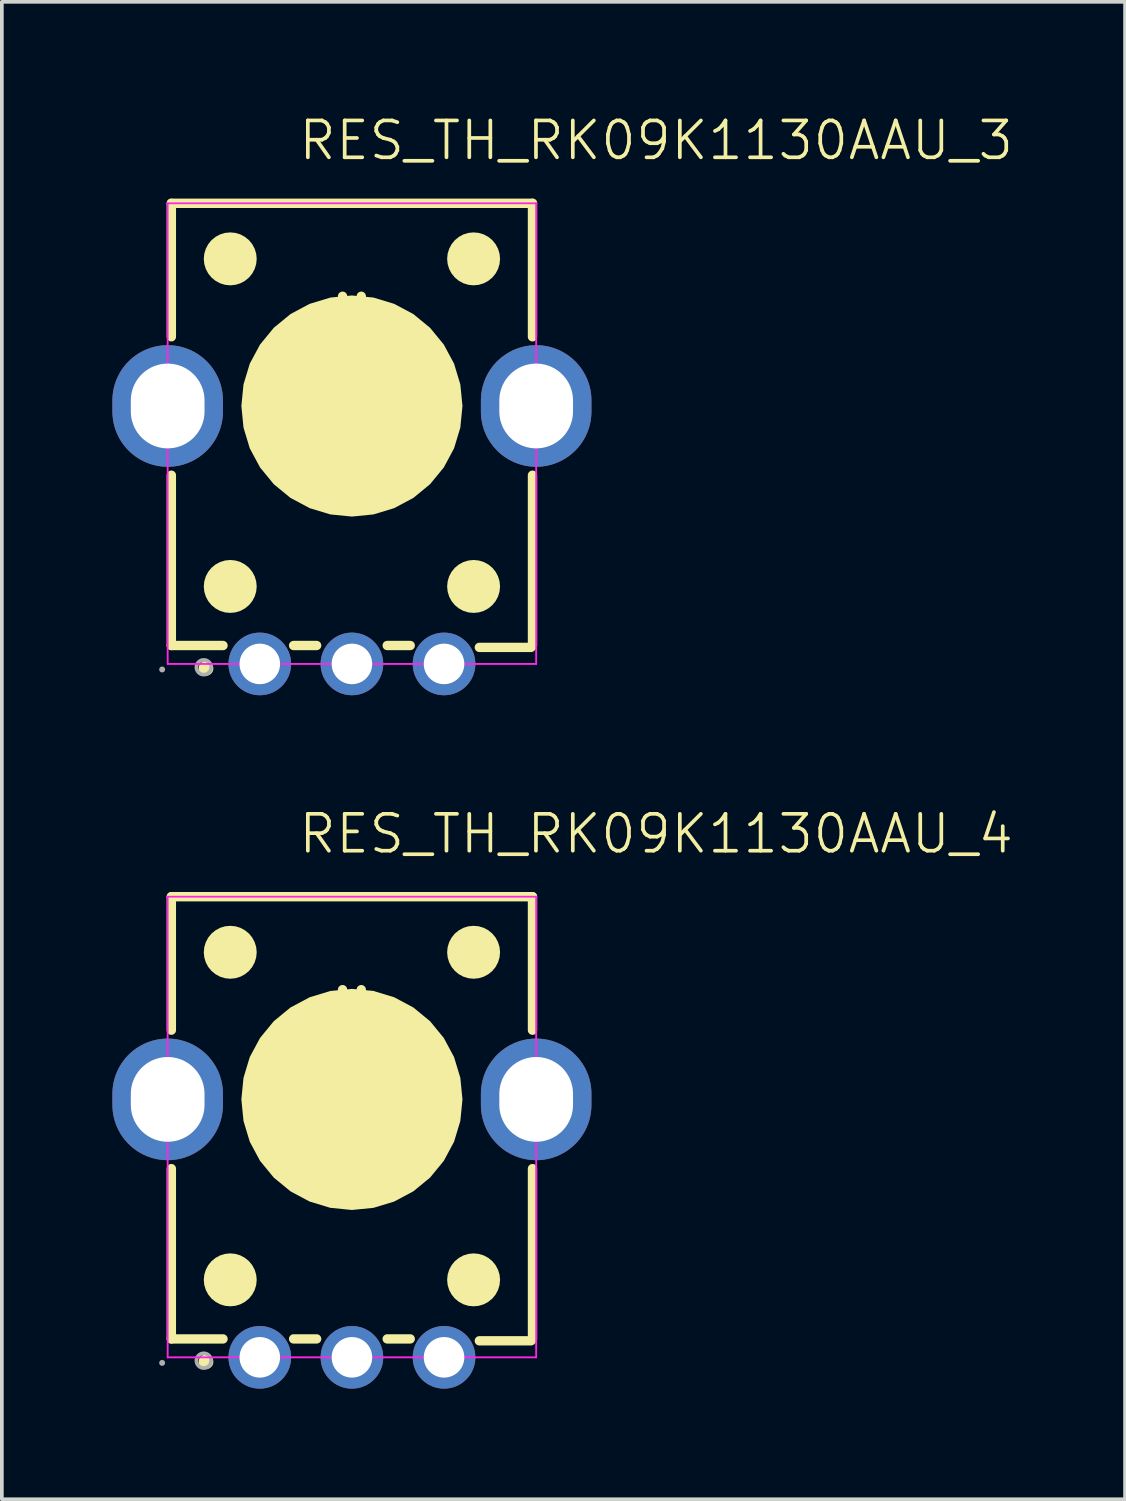
<source format=kicad_pcb>
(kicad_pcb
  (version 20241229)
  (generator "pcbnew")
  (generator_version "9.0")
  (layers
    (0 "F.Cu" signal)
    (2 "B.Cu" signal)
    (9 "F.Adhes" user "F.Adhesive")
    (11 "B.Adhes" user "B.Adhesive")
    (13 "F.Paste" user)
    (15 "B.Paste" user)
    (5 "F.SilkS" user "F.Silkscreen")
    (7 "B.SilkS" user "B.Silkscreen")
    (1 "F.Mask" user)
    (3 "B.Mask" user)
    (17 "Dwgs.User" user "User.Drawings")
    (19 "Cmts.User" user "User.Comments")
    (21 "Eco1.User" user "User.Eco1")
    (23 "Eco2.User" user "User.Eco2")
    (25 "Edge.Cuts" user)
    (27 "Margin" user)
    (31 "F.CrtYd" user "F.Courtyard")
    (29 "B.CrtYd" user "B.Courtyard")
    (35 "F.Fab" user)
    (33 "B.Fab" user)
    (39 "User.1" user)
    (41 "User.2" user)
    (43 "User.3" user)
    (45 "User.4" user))
  (footprint "RES_TH_RK09K1130AAU_3"
    (layer "F.Cu")
    (at 6.5 8.717)
    (property "Reference" "RES_TH_RK09K1130AAU_3" (at -1.5 -7.956 0) (layer "F.SilkS") (effects (font (size 1 1) (thickness 0.1)) (justify left)))
    (fp_line (start -4.9 -6.25) (end 4.9 -6.25) (stroke (width 0.254) (type solid)) (layer "F.SilkS"))
    (fp_line (start -4.9 -6.25) (end -4.9 -2.628) (stroke (width 0.254) (type solid)) (layer "F.SilkS"))
    (fp_line (start -4.9 1.129) (end -4.9 5.75) (stroke (width 0.254) (type solid)) (layer "F.SilkS"))
    (fp_line (start -4.9 5.75) (end -3.498 5.75) (stroke (width 0.254) (type solid)) (layer "F.SilkS"))
    (fp_line (start -1.582 5.75) (end -0.958 5.75) (stroke (width 0.254) (type solid)) (layer "F.SilkS"))
    (fp_line (start -0.254 -3.727) (end -0.254 -2.203) (stroke (width 0.254) (type solid)) (layer "F.SilkS"))
    (fp_line (start -0.254 -2.203) (end 0.254 -2.203) (stroke (width 0.254) (type solid)) (layer "F.SilkS"))
    (fp_line (start 0.254 -2.203) (end 0.254 -3.727) (stroke (width 0.254) (type solid)) (layer "F.SilkS"))
    (fp_line (start 0.958 5.75) (end 1.582 5.75) (stroke (width 0.254) (type solid)) (layer "F.SilkS"))
    (fp_line (start 4.86 5.801) (end 3.458 5.801) (stroke (width 0.254) (type solid)) (layer "F.SilkS"))
    (fp_line (start 4.9 -6.25) (end 4.9 -2.628) (stroke (width 0.254) (type solid)) (layer "F.SilkS"))
    (fp_line (start 4.9 1.129) (end 4.9 5.75) (stroke (width 0.254) (type solid)) (layer "F.SilkS"))
    (fp_poly (pts (xy -3.76 6.37) (xy -3.764 6.331) (xy -3.775 6.294) (xy -3.794 6.259) (xy -3.819 6.229) (xy -3.849 6.204) (xy -3.883 6.186) (xy -3.921 6.174) (xy -3.96 6.17) (xy -3.999 6.174) (xy -4.037 6.186) (xy -4.071 6.204) (xy -4.101 6.229) (xy -4.126 6.259) (xy -4.145 6.294) (xy -4.156 6.331) (xy -4.16 6.37) (xy -4.156 6.41) (xy -4.145 6.447) (xy -4.126 6.482) (xy -4.101 6.512) (xy -4.071 6.537) (xy -4.037 6.555) (xy -3.999 6.567) (xy -3.96 6.571) (xy -3.921 6.567) (xy -3.883 6.555) (xy -3.849 6.537) (xy -3.819 6.512) (xy -3.794 6.482) (xy -3.775 6.447) (xy -3.764 6.41)) (stroke (width 0) (type solid)) (fill yes) (layer "F.SilkS"))
    (fp_poly (pts (xy -2.584 -4.742) (xy -2.598 -4.883) (xy -2.639 -5.017) (xy -2.705 -5.141) (xy -2.794 -5.25) (xy -2.903 -5.339) (xy -3.027 -5.406) (xy -3.162 -5.447) (xy -3.302 -5.46) (xy -3.442 -5.447) (xy -3.577 -5.406) (xy -3.701 -5.339) (xy -3.81 -5.25) (xy -3.899 -5.141) (xy -3.965 -5.017) (xy -4.006 -4.883) (xy -4.02 -4.742) (xy -4.006 -4.602) (xy -3.965 -4.468) (xy -3.899 -4.344) (xy -3.81 -4.235) (xy -3.701 -4.146) (xy -3.577 -4.079) (xy -3.442 -4.038) (xy -3.302 -4.024) (xy -3.162 -4.038) (xy -3.027 -4.079) (xy -2.903 -4.146) (xy -2.794 -4.235) (xy -2.705 -4.344) (xy -2.639 -4.468) (xy -2.598 -4.602)) (stroke (width 0) (type solid)) (fill yes) (layer "F.SilkS"))
    (fp_poly (pts (xy -2.584 4.147) (xy -2.598 4.007) (xy -2.639 3.873) (xy -2.705 3.749) (xy -2.794 3.64) (xy -2.903 3.551) (xy -3.027 3.484) (xy -3.162 3.443) (xy -3.302 3.429) (xy -3.442 3.443) (xy -3.577 3.484) (xy -3.701 3.551) (xy -3.81 3.64) (xy -3.899 3.749) (xy -3.965 3.873) (xy -4.006 4.007) (xy -4.02 4.147) (xy -4.006 4.288) (xy -3.965 4.422) (xy -3.899 4.546) (xy -3.81 4.655) (xy -3.701 4.744) (xy -3.577 4.811) (xy -3.442 4.852) (xy -3.302 4.865) (xy -3.162 4.852) (xy -3.027 4.811) (xy -2.903 4.744) (xy -2.794 4.655) (xy -2.705 4.546) (xy -2.639 4.422) (xy -2.598 4.288)) (stroke (width 0) (type solid)) (fill yes) (layer "F.SilkS"))
    (fp_poly (pts (xy 3 -0.75) (xy 2.942 -1.335) (xy 2.772 -1.898) (xy 2.494 -2.416) (xy 2.121 -2.871) (xy 1.667 -3.244) (xy 1.148 -3.521) (xy 0.585 -3.692) (xy 0 -3.749) (xy -0.585 -3.692) (xy -1.148 -3.521) (xy -1.667 -3.244) (xy -2.121 -2.871) (xy -2.494 -2.416) (xy -2.772 -1.898) (xy -2.942 -1.335) (xy -3 -0.75) (xy -2.942 -0.164) (xy -2.772 0.399) (xy -2.494 0.917) (xy -2.121 1.372) (xy -1.667 1.745) (xy -1.148 2.022) (xy -0.585 2.193) (xy 0 2.251) (xy 0.585 2.193) (xy 1.148 2.022) (xy 1.667 1.745) (xy 2.121 1.372) (xy 2.494 0.917) (xy 2.772 0.399) (xy 2.942 -0.164)) (stroke (width 0) (type solid)) (fill yes) (layer "F.SilkS"))
    (fp_poly (pts (xy 4.02 -4.742) (xy 4.006 -4.883) (xy 3.965 -5.017) (xy 3.899 -5.141) (xy 3.81 -5.25) (xy 3.701 -5.339) (xy 3.577 -5.406) (xy 3.442 -5.447) (xy 3.302 -5.46) (xy 3.162 -5.447) (xy 3.027 -5.406) (xy 2.903 -5.339) (xy 2.794 -5.25) (xy 2.705 -5.141) (xy 2.639 -5.017) (xy 2.598 -4.883) (xy 2.584 -4.742) (xy 2.598 -4.602) (xy 2.639 -4.468) (xy 2.705 -4.344) (xy 2.794 -4.235) (xy 2.903 -4.146) (xy 3.027 -4.079) (xy 3.162 -4.038) (xy 3.302 -4.024) (xy 3.442 -4.038) (xy 3.577 -4.079) (xy 3.701 -4.146) (xy 3.81 -4.235) (xy 3.899 -4.344) (xy 3.965 -4.468) (xy 4.006 -4.602)) (stroke (width 0) (type solid)) (fill yes) (layer "F.SilkS"))
    (fp_poly (pts (xy 4.02 4.147) (xy 4.006 4.007) (xy 3.965 3.873) (xy 3.899 3.749) (xy 3.81 3.64) (xy 3.701 3.551) (xy 3.577 3.484) (xy 3.442 3.443) (xy 3.302 3.429) (xy 3.162 3.443) (xy 3.027 3.484) (xy 2.903 3.551) (xy 2.794 3.64) (xy 2.705 3.749) (xy 2.639 3.873) (xy 2.598 4.007) (xy 2.584 4.147) (xy 2.598 4.288) (xy 2.639 4.422) (xy 2.705 4.546) (xy 2.794 4.655) (xy 2.903 4.744) (xy 3.027 4.811) (xy 3.162 4.852) (xy 3.302 4.865) (xy 3.442 4.852) (xy 3.577 4.811) (xy 3.701 4.744) (xy 3.81 4.655) (xy 3.899 4.546) (xy 3.965 4.422) (xy 4.006 4.288)) (stroke (width 0) (type solid)) (fill yes) (layer "F.SilkS"))
    (fp_line (start -5 -6.25) (end -5 6.25) (stroke (width 0.05) (type solid)) (layer "F.CrtYd"))
    (fp_line (start -5 6.25) (end 5 6.25) (stroke (width 0.05) (type solid)) (layer "F.CrtYd"))
    (fp_line (start 5 -6.25) (end -5 -6.25) (stroke (width 0.05) (type solid)) (layer "F.CrtYd"))
    (fp_line (start 5 6.25) (end 5 -6.25) (stroke (width 0.05) (type solid)) (layer "F.CrtYd"))
    (fp_poly (pts (xy -5.12 6.401) (xy -5.121 6.395) (xy -5.122 6.389) (xy -5.125 6.384) (xy -5.129 6.379) (xy -5.133 6.376) (xy -5.139 6.373) (xy -5.144 6.371) (xy -5.15 6.37) (xy -5.156 6.371) (xy -5.161 6.373) (xy -5.167 6.376) (xy -5.171 6.379) (xy -5.175 6.384) (xy -5.178 6.389) (xy -5.179 6.395) (xy -5.18 6.401) (xy -5.179 6.406) (xy -5.178 6.412) (xy -5.175 6.417) (xy -5.171 6.422) (xy -5.167 6.425) (xy -5.161 6.428) (xy -5.156 6.43) (xy -5.15 6.431) (xy -5.144 6.43) (xy -5.139 6.428) (xy -5.133 6.425) (xy -5.129 6.422) (xy -5.125 6.417) (xy -5.122 6.412) (xy -5.121 6.406)) (stroke (width 0.1) (type solid)) (fill no) (layer "F.Fab"))
    (fp_poly (pts (xy -3.82 6.34) (xy -3.824 6.301) (xy -3.835 6.264) (xy -3.854 6.229) (xy -3.879 6.199) (xy -3.909 6.174) (xy -3.943 6.156) (xy -3.981 6.144) (xy -4.02 6.141) (xy -4.059 6.144) (xy -4.097 6.156) (xy -4.131 6.174) (xy -4.161 6.199) (xy -4.186 6.229) (xy -4.205 6.264) (xy -4.216 6.301) (xy -4.22 6.34) (xy -4.216 6.38) (xy -4.205 6.417) (xy -4.186 6.452) (xy -4.161 6.482) (xy -4.131 6.507) (xy -4.097 6.525) (xy -4.059 6.537) (xy -4.02 6.54) (xy -3.981 6.537) (xy -3.943 6.525) (xy -3.909 6.507) (xy -3.879 6.482) (xy -3.854 6.452) (xy -3.835 6.417) (xy -3.824 6.38)) (stroke (width 0.1) (type solid)) (fill no) (layer "F.Fab"))
    (pad "1" thru_hole circle (at -2.5 6.25) (size 1.7 1.7) (drill 1.1) (layers "*.Cu" "*.Mask"))
    (pad "2" thru_hole circle (at 0 6.25) (size 1.7 1.7) (drill 1.1) (layers "*.Cu" "*.Mask"))
    (pad "3" thru_hole circle (at 2.5 6.25) (size 1.7 1.7) (drill 1.1) (layers "*.Cu" "*.Mask"))
    (pad "4" thru_hole oval (at 5 -0.75) (size 3 3.3) (drill oval 2 2.3) (layers "*.Cu" "*.Mask"))
    (pad "5" thru_hole oval (at -5 -0.75) (size 3 3.3) (drill oval 2 2.3) (layers "*.Cu" "*.Mask")))
  (footprint "RES_TH_RK09K1130AAU_4"
    (layer "F.Cu")
    (at 6.5 27.534)
    (property "Reference" "RES_TH_RK09K1130AAU_4" (at -1.5 -7.956 0) (layer "F.SilkS") (effects (font (size 1 1) (thickness 0.1)) (justify left)))
    (fp_line (start -4.9 -6.25) (end 4.9 -6.25) (stroke (width 0.254) (type solid)) (layer "F.SilkS"))
    (fp_line (start -4.9 -6.25) (end -4.9 -2.628) (stroke (width 0.254) (type solid)) (layer "F.SilkS"))
    (fp_line (start -4.9 1.129) (end -4.9 5.75) (stroke (width 0.254) (type solid)) (layer "F.SilkS"))
    (fp_line (start -4.9 5.75) (end -3.498 5.75) (stroke (width 0.254) (type solid)) (layer "F.SilkS"))
    (fp_line (start -1.582 5.75) (end -0.958 5.75) (stroke (width 0.254) (type solid)) (layer "F.SilkS"))
    (fp_line (start -0.254 -3.727) (end -0.254 -2.203) (stroke (width 0.254) (type solid)) (layer "F.SilkS"))
    (fp_line (start -0.254 -2.203) (end 0.254 -2.203) (stroke (width 0.254) (type solid)) (layer "F.SilkS"))
    (fp_line (start 0.254 -2.203) (end 0.254 -3.727) (stroke (width 0.254) (type solid)) (layer "F.SilkS"))
    (fp_line (start 0.958 5.75) (end 1.582 5.75) (stroke (width 0.254) (type solid)) (layer "F.SilkS"))
    (fp_line (start 4.86 5.801) (end 3.458 5.801) (stroke (width 0.254) (type solid)) (layer "F.SilkS"))
    (fp_line (start 4.9 -6.25) (end 4.9 -2.628) (stroke (width 0.254) (type solid)) (layer "F.SilkS"))
    (fp_line (start 4.9 1.129) (end 4.9 5.75) (stroke (width 0.254) (type solid)) (layer "F.SilkS"))
    (fp_poly (pts (xy -3.76 6.37) (xy -3.764 6.331) (xy -3.775 6.294) (xy -3.794 6.259) (xy -3.819 6.229) (xy -3.849 6.204) (xy -3.883 6.186) (xy -3.921 6.174) (xy -3.96 6.17) (xy -3.999 6.174) (xy -4.037 6.186) (xy -4.071 6.204) (xy -4.101 6.229) (xy -4.126 6.259) (xy -4.145 6.294) (xy -4.156 6.331) (xy -4.16 6.37) (xy -4.156 6.41) (xy -4.145 6.447) (xy -4.126 6.482) (xy -4.101 6.512) (xy -4.071 6.537) (xy -4.037 6.555) (xy -3.999 6.567) (xy -3.96 6.571) (xy -3.921 6.567) (xy -3.883 6.555) (xy -3.849 6.537) (xy -3.819 6.512) (xy -3.794 6.482) (xy -3.775 6.447) (xy -3.764 6.41)) (stroke (width 0) (type solid)) (fill yes) (layer "F.SilkS"))
    (fp_poly (pts (xy -2.584 -4.742) (xy -2.598 -4.883) (xy -2.639 -5.017) (xy -2.705 -5.141) (xy -2.794 -5.25) (xy -2.903 -5.339) (xy -3.027 -5.406) (xy -3.162 -5.447) (xy -3.302 -5.46) (xy -3.442 -5.447) (xy -3.577 -5.406) (xy -3.701 -5.339) (xy -3.81 -5.25) (xy -3.899 -5.141) (xy -3.965 -5.017) (xy -4.006 -4.883) (xy -4.02 -4.742) (xy -4.006 -4.602) (xy -3.965 -4.468) (xy -3.899 -4.344) (xy -3.81 -4.235) (xy -3.701 -4.146) (xy -3.577 -4.079) (xy -3.442 -4.038) (xy -3.302 -4.024) (xy -3.162 -4.038) (xy -3.027 -4.079) (xy -2.903 -4.146) (xy -2.794 -4.235) (xy -2.705 -4.344) (xy -2.639 -4.468) (xy -2.598 -4.602)) (stroke (width 0) (type solid)) (fill yes) (layer "F.SilkS"))
    (fp_poly (pts (xy -2.584 4.147) (xy -2.598 4.007) (xy -2.639 3.873) (xy -2.705 3.749) (xy -2.794 3.64) (xy -2.903 3.551) (xy -3.027 3.484) (xy -3.162 3.443) (xy -3.302 3.429) (xy -3.442 3.443) (xy -3.577 3.484) (xy -3.701 3.551) (xy -3.81 3.64) (xy -3.899 3.749) (xy -3.965 3.873) (xy -4.006 4.007) (xy -4.02 4.147) (xy -4.006 4.288) (xy -3.965 4.422) (xy -3.899 4.546) (xy -3.81 4.655) (xy -3.701 4.744) (xy -3.577 4.811) (xy -3.442 4.852) (xy -3.302 4.865) (xy -3.162 4.852) (xy -3.027 4.811) (xy -2.903 4.744) (xy -2.794 4.655) (xy -2.705 4.546) (xy -2.639 4.422) (xy -2.598 4.288)) (stroke (width 0) (type solid)) (fill yes) (layer "F.SilkS"))
    (fp_poly (pts (xy 3 -0.75) (xy 2.942 -1.335) (xy 2.772 -1.898) (xy 2.494 -2.416) (xy 2.121 -2.871) (xy 1.667 -3.244) (xy 1.148 -3.521) (xy 0.585 -3.692) (xy 0 -3.749) (xy -0.585 -3.692) (xy -1.148 -3.521) (xy -1.667 -3.244) (xy -2.121 -2.871) (xy -2.494 -2.416) (xy -2.772 -1.898) (xy -2.942 -1.335) (xy -3 -0.75) (xy -2.942 -0.164) (xy -2.772 0.399) (xy -2.494 0.917) (xy -2.121 1.372) (xy -1.667 1.745) (xy -1.148 2.022) (xy -0.585 2.193) (xy 0 2.251) (xy 0.585 2.193) (xy 1.148 2.022) (xy 1.667 1.745) (xy 2.121 1.372) (xy 2.494 0.917) (xy 2.772 0.399) (xy 2.942 -0.164)) (stroke (width 0) (type solid)) (fill yes) (layer "F.SilkS"))
    (fp_poly (pts (xy 4.02 -4.742) (xy 4.006 -4.883) (xy 3.965 -5.017) (xy 3.899 -5.141) (xy 3.81 -5.25) (xy 3.701 -5.339) (xy 3.577 -5.406) (xy 3.442 -5.447) (xy 3.302 -5.46) (xy 3.162 -5.447) (xy 3.027 -5.406) (xy 2.903 -5.339) (xy 2.794 -5.25) (xy 2.705 -5.141) (xy 2.639 -5.017) (xy 2.598 -4.883) (xy 2.584 -4.742) (xy 2.598 -4.602) (xy 2.639 -4.468) (xy 2.705 -4.344) (xy 2.794 -4.235) (xy 2.903 -4.146) (xy 3.027 -4.079) (xy 3.162 -4.038) (xy 3.302 -4.024) (xy 3.442 -4.038) (xy 3.577 -4.079) (xy 3.701 -4.146) (xy 3.81 -4.235) (xy 3.899 -4.344) (xy 3.965 -4.468) (xy 4.006 -4.602)) (stroke (width 0) (type solid)) (fill yes) (layer "F.SilkS"))
    (fp_poly (pts (xy 4.02 4.147) (xy 4.006 4.007) (xy 3.965 3.873) (xy 3.899 3.749) (xy 3.81 3.64) (xy 3.701 3.551) (xy 3.577 3.484) (xy 3.442 3.443) (xy 3.302 3.429) (xy 3.162 3.443) (xy 3.027 3.484) (xy 2.903 3.551) (xy 2.794 3.64) (xy 2.705 3.749) (xy 2.639 3.873) (xy 2.598 4.007) (xy 2.584 4.147) (xy 2.598 4.288) (xy 2.639 4.422) (xy 2.705 4.546) (xy 2.794 4.655) (xy 2.903 4.744) (xy 3.027 4.811) (xy 3.162 4.852) (xy 3.302 4.865) (xy 3.442 4.852) (xy 3.577 4.811) (xy 3.701 4.744) (xy 3.81 4.655) (xy 3.899 4.546) (xy 3.965 4.422) (xy 4.006 4.288)) (stroke (width 0) (type solid)) (fill yes) (layer "F.SilkS"))
    (fp_line (start -5 -6.25) (end -5 6.25) (stroke (width 0.05) (type solid)) (layer "F.CrtYd"))
    (fp_line (start -5 6.25) (end 5 6.25) (stroke (width 0.05) (type solid)) (layer "F.CrtYd"))
    (fp_line (start 5 -6.25) (end -5 -6.25) (stroke (width 0.05) (type solid)) (layer "F.CrtYd"))
    (fp_line (start 5 6.25) (end 5 -6.25) (stroke (width 0.05) (type solid)) (layer "F.CrtYd"))
    (fp_poly (pts (xy -5.12 6.401) (xy -5.121 6.395) (xy -5.122 6.389) (xy -5.125 6.384) (xy -5.129 6.379) (xy -5.133 6.376) (xy -5.139 6.373) (xy -5.144 6.371) (xy -5.15 6.37) (xy -5.156 6.371) (xy -5.161 6.373) (xy -5.167 6.376) (xy -5.171 6.379) (xy -5.175 6.384) (xy -5.178 6.389) (xy -5.179 6.395) (xy -5.18 6.401) (xy -5.179 6.406) (xy -5.178 6.412) (xy -5.175 6.417) (xy -5.171 6.422) (xy -5.167 6.425) (xy -5.161 6.428) (xy -5.156 6.43) (xy -5.15 6.431) (xy -5.144 6.43) (xy -5.139 6.428) (xy -5.133 6.425) (xy -5.129 6.422) (xy -5.125 6.417) (xy -5.122 6.412) (xy -5.121 6.406)) (stroke (width 0.1) (type solid)) (fill no) (layer "F.Fab"))
    (fp_poly (pts (xy -3.82 6.34) (xy -3.824 6.301) (xy -3.835 6.264) (xy -3.854 6.229) (xy -3.879 6.199) (xy -3.909 6.174) (xy -3.943 6.156) (xy -3.981 6.144) (xy -4.02 6.141) (xy -4.059 6.144) (xy -4.097 6.156) (xy -4.131 6.174) (xy -4.161 6.199) (xy -4.186 6.229) (xy -4.205 6.264) (xy -4.216 6.301) (xy -4.22 6.34) (xy -4.216 6.38) (xy -4.205 6.417) (xy -4.186 6.452) (xy -4.161 6.482) (xy -4.131 6.507) (xy -4.097 6.525) (xy -4.059 6.537) (xy -4.02 6.54) (xy -3.981 6.537) (xy -3.943 6.525) (xy -3.909 6.507) (xy -3.879 6.482) (xy -3.854 6.452) (xy -3.835 6.417) (xy -3.824 6.38)) (stroke (width 0.1) (type solid)) (fill no) (layer "F.Fab"))
    (pad "1" thru_hole circle (at -2.5 6.25) (size 1.7 1.7) (drill 1.1) (layers "*.Cu" "*.Mask"))
    (pad "2" thru_hole circle (at 0 6.25) (size 1.7 1.7) (drill 1.1) (layers "*.Cu" "*.Mask"))
    (pad "3" thru_hole circle (at 2.5 6.25) (size 1.7 1.7) (drill 1.1) (layers "*.Cu" "*.Mask"))
    (pad "4" thru_hole oval (at 5 -0.75) (size 3 3.3) (drill oval 2 2.3) (layers "*.Cu" "*.Mask"))
    (pad "5" thru_hole oval (at -5 -0.75) (size 3 3.3) (drill oval 2 2.3) (layers "*.Cu" "*.Mask")))
  (gr_rect
    (start -3 -3)
    (end 27.481 37.634)
    (stroke (width 0.1) (type default))
    (fill no)
    (layer "Edge.Cuts")))
</source>
